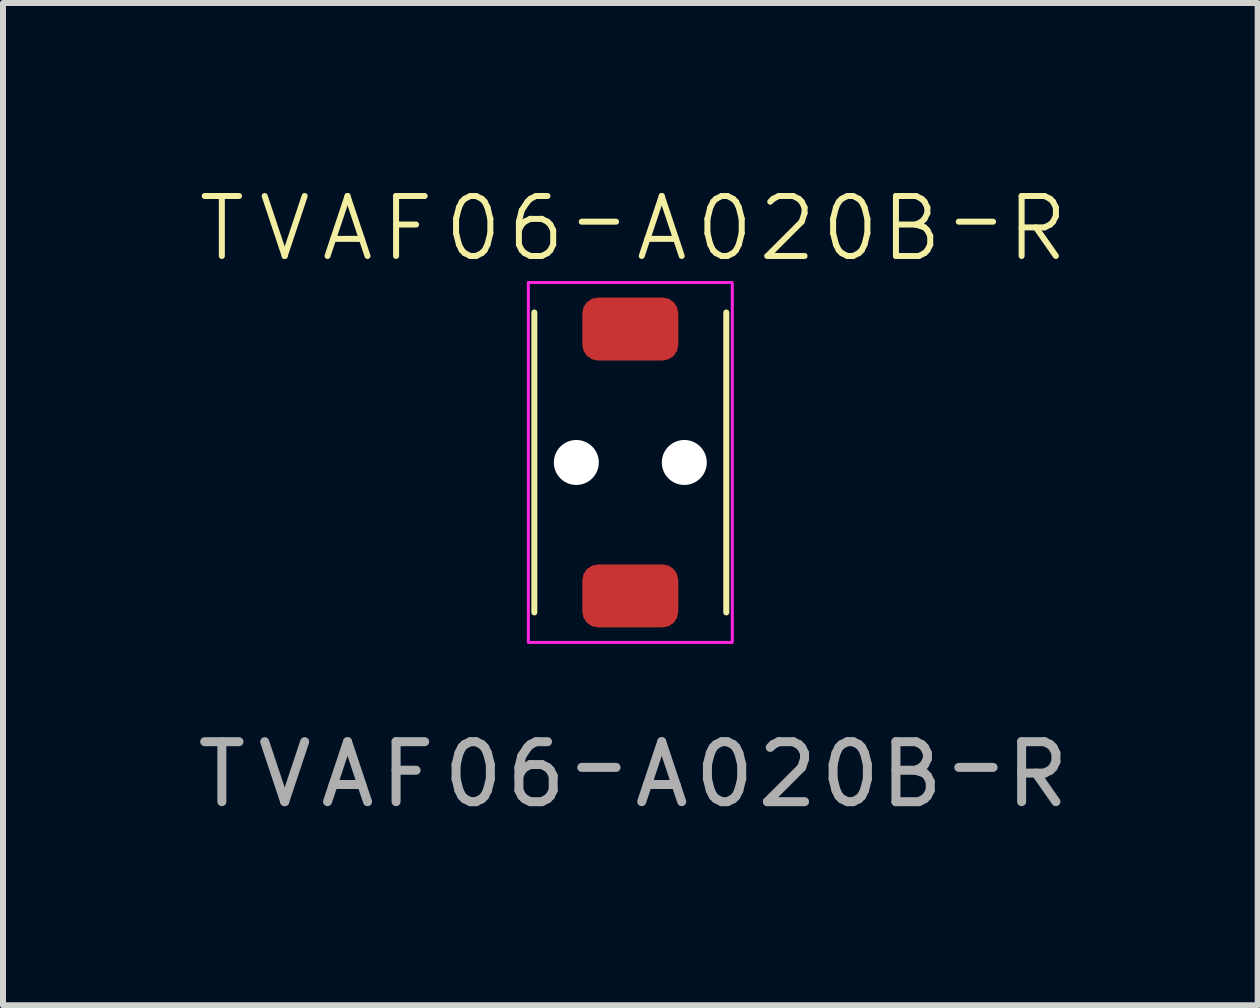
<source format=kicad_pcb>
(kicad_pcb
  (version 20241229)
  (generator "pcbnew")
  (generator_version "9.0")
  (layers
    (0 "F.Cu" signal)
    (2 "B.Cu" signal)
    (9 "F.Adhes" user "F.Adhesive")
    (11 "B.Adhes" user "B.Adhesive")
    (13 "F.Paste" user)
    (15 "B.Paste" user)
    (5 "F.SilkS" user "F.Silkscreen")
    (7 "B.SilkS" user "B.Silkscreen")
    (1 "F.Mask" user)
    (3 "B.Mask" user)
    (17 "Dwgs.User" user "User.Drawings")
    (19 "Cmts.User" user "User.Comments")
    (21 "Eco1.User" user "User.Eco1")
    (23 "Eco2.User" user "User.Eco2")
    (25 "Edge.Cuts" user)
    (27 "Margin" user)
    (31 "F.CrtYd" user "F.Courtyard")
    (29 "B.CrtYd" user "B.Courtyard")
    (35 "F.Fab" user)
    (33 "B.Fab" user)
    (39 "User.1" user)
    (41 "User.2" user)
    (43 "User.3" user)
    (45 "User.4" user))
  (footprint "ＴＶＡＦ０６－Ａ０２０Ｂ－Ｒ"
    (layer "F.Cu")
    (at 7.458 4.66)
    (property "Reference" "ＴＶＡＦ０６－Ａ０２０Ｂ－Ｒ" (at 0 -3.9 0) (unlocked yes) (layer "F.SilkS") (effects (font (size 1 1) (thickness 0.1))))
    (attr smd)
    (fp_line (start -1.6 -2.5) (end -1.6 2.5) (stroke (width 0.1) (type default)) (layer "F.SilkS"))
    (fp_line (start 1.6 -2.5) (end 1.6 2.5) (stroke (width 0.1) (type default)) (layer "F.SilkS"))
    (fp_rect (start -1.7 -3) (end 1.7 3) (stroke (width 0.05) (type default)) (fill no) (layer "F.CrtYd"))
    (fp_text user "${REFERENCE}" (at 0 5.2 0) (unlocked yes) (layer "F.Fab") (effects (font (size 1 1) (thickness 0.15))))
    (pad "" np_thru_hole circle (at -0.9 0) (size 0.75 0.75) (drill 0.75) (layers "*.Cu" "*.Mask"))
    (pad "" np_thru_hole circle (at 0.9 0) (size 0.75 0.75) (drill 0.75) (layers "*.Cu" "*.Mask"))
    (pad "1" smd roundrect (at 0 -2.225) (size 1.6 1.05) (layers "F.Cu" "F.Mask" "F.Paste") (roundrect_rratio 0.25))
    (pad "2" smd roundrect (at 0 2.225) (size 1.6 1.05) (layers "F.Cu" "F.Mask" "F.Paste") (roundrect_rratio 0.25)))
  (gr_rect
    (start -3 -3)
    (end 17.917 13.709)
    (stroke (width 0.1) (type default))
    (fill no)
    (layer "Edge.Cuts")))
</source>
